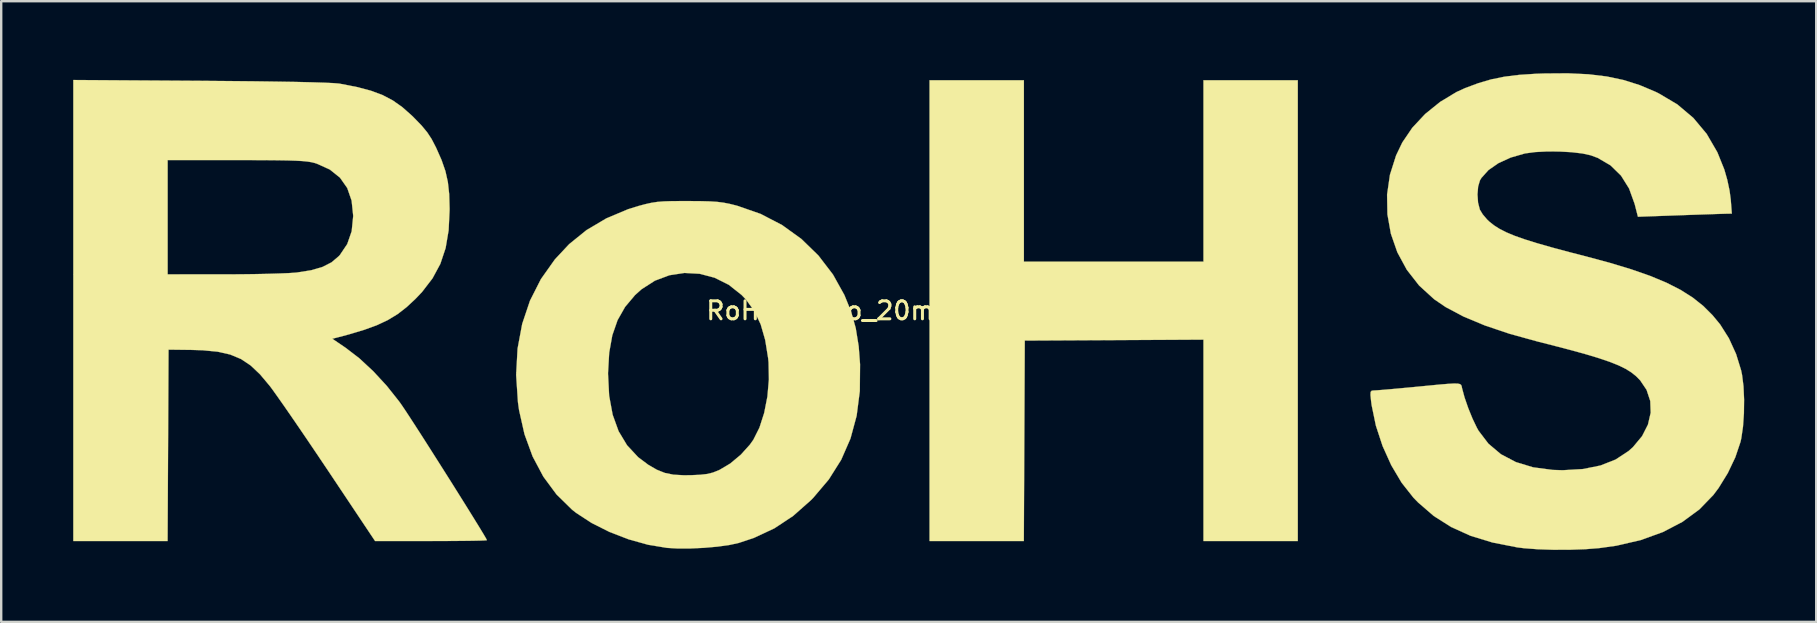
<source format=kicad_pcb>
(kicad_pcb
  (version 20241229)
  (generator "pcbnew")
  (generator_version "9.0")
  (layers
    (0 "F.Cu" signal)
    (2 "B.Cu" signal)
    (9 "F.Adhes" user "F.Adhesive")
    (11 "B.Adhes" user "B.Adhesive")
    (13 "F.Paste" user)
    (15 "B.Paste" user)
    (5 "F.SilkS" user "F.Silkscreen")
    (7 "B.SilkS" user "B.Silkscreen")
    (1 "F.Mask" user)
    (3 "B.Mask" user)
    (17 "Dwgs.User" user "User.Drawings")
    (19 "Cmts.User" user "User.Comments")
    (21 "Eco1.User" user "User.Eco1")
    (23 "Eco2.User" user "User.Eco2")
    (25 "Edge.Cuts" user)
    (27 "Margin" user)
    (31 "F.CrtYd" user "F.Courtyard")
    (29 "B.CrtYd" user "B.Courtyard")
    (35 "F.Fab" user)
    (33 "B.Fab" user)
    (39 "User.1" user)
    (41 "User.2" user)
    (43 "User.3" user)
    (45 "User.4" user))
  (footprint "RoHS-Logo_20mm_SilkScreen"
    (layer "F.Cu")
    (at 34.854 9.895)
    (property "Reference" "RoHS-Logo_20mm_SilkScreen" (at 0 0 0) (layer "F.SilkS") (effects (font (size 0.75 0.75) (thickness 0.125))))
    (attr exclude_from_pos_files exclude_from_bom allow_missing_courtyard)
    (fp_poly (pts (xy 4.763 -2.041) (xy 12.246 -2.041) (xy 12.246 -9.601) (xy 16.177 -9.601) (xy 16.177 9.601) (xy 12.246 9.601) (xy 12.246 1.208) (xy 8.523 1.228) (xy 4.8 1.247) (xy 4.761 9.601) (xy 0.832 9.601) (xy 0.832 -9.601) (xy 4.763 -9.601) (xy 4.763 -2.041)) (stroke (width 0.01) (type solid)) (fill yes) (layer "F.SilkS"))
    (fp_poly (pts (xy -9.223 -4.566) (xy -8.718 -4.563) (xy -8.329 -4.553) (xy -8.02 -4.533) (xy -7.757 -4.5) (xy -7.503 -4.451) (xy -7.223 -4.381) (xy -7.177 -4.368) (xy -6.21 -4.032) (xy -5.318 -3.57) (xy -4.511 -2.989) (xy -3.8 -2.298) (xy -3.193 -1.506) (xy -2.717 -0.651) (xy -2.44 0.029) (xy -2.244 0.727) (xy -2.121 1.485) (xy -2.064 2.238) (xy -2.074 3.351) (xy -2.206 4.379) (xy -2.463 5.33) (xy -2.849 6.213) (xy -3.366 7.034) (xy -4.017 7.802) (xy -4.117 7.903) (xy -4.854 8.555) (xy -5.636 9.072) (xy -6.488 9.47) (xy -7.119 9.68) (xy -7.513 9.766) (xy -8.012 9.835) (xy -8.571 9.884) (xy -9.143 9.911) (xy -9.683 9.911) (xy -10.108 9.886) (xy -10.897 9.756) (xy -11.711 9.529) (xy -12.508 9.221) (xy -13.25 8.849) (xy -13.895 8.428) (xy -14.067 8.292) (xy -14.713 7.659) (xy -15.262 6.917) (xy -15.709 6.076) (xy -16.048 5.148) (xy -16.274 4.145) (xy -16.32 3.818) (xy -16.396 2.673) (xy -16.394 2.646) (xy -12.566 2.646) (xy -12.52 3.547) (xy -12.374 4.337) (xy -12.126 5.024) (xy -11.772 5.612) (xy -11.311 6.107) (xy -10.886 6.426) (xy -10.532 6.63) (xy -10.199 6.763) (xy -9.839 6.836) (xy -9.406 6.86) (xy -9.109 6.857) (xy -8.72 6.839) (xy -8.432 6.806) (xy -8.195 6.747) (xy -7.958 6.653) (xy -7.921 6.636) (xy -7.473 6.37) (xy -7.034 6.004) (xy -6.655 5.584) (xy -6.51 5.379) (xy -6.256 4.873) (xy -6.059 4.261) (xy -5.925 3.58) (xy -5.863 2.868) (xy -5.877 2.159) (xy -5.894 1.984) (xy -6.018 1.218) (xy -6.205 0.571) (xy -6.466 0.022) (xy -6.809 -0.452) (xy -6.997 -0.65) (xy -7.533 -1.076) (xy -8.122 -1.371) (xy -8.745 -1.536) (xy -9.381 -1.571) (xy -10.01 -1.475) (xy -10.613 -1.249) (xy -11.17 -0.892) (xy -11.441 -0.649) (xy -11.855 -0.157) (xy -12.169 0.396) (xy -12.388 1.027) (xy -12.518 1.752) (xy -12.566 2.59) (xy -12.566 2.646) (xy -16.394 2.646) (xy -16.336 1.582) (xy -16.143 0.55) (xy -15.818 -0.417) (xy -15.363 -1.314) (xy -14.781 -2.136) (xy -14.185 -2.773) (xy -13.461 -3.358) (xy -12.634 -3.847) (xy -11.728 -4.228) (xy -11.295 -4.362) (xy -11.006 -4.439) (xy -10.758 -4.494) (xy -10.514 -4.531) (xy -10.24 -4.553) (xy -9.9 -4.564) (xy -9.461 -4.566) (xy -9.223 -4.566)) (stroke (width 0.01) (type solid)) (fill yes) (layer "F.SilkS"))
    (fp_poly (pts (xy -29.539 -9.577) (xy -28.351 -9.567) (xy -27.29 -9.557) (xy -26.36 -9.544) (xy -25.562 -9.531) (xy -24.901 -9.515) (xy -24.38 -9.499) (xy -24.003 -9.481) (xy -23.773 -9.462) (xy -23.737 -9.456) (xy -23.035 -9.319) (xy -22.455 -9.167) (xy -21.965 -8.985) (xy -21.537 -8.761) (xy -21.139 -8.48) (xy -20.743 -8.129) (xy -20.659 -8.047) (xy -20.34 -7.718) (xy -20.105 -7.435) (xy -19.918 -7.151) (xy -19.744 -6.816) (xy -19.734 -6.797) (xy -19.504 -6.278) (xy -19.343 -5.815) (xy -19.241 -5.358) (xy -19.186 -4.857) (xy -19.169 -4.262) (xy -19.169 -4.196) (xy -19.209 -3.349) (xy -19.334 -2.609) (xy -19.554 -1.95) (xy -19.879 -1.348) (xy -20.317 -0.778) (xy -20.593 -0.488) (xy -20.962 -0.145) (xy -21.332 0.142) (xy -21.729 0.384) (xy -22.179 0.597) (xy -22.711 0.793) (xy -23.349 0.985) (xy -23.802 1.106) (xy -24.056 1.172) (xy -23.5 1.549) (xy -22.934 1.983) (xy -22.35 2.525) (xy -21.784 3.138) (xy -21.269 3.787) (xy -21.193 3.893) (xy -21.063 4.084) (xy -20.874 4.37) (xy -20.637 4.735) (xy -20.36 5.164) (xy -20.055 5.641) (xy -19.731 6.151) (xy -19.398 6.676) (xy -19.066 7.201) (xy -18.746 7.712) (xy -18.446 8.191) (xy -18.178 8.623) (xy -17.95 8.992) (xy -17.774 9.282) (xy -17.658 9.478) (xy -17.614 9.564) (xy -17.614 9.565) (xy -17.686 9.574) (xy -17.892 9.582) (xy -18.212 9.589) (xy -18.629 9.594) (xy -19.124 9.598) (xy -19.679 9.6) (xy -19.944 9.601) (xy -22.274 9.601) (xy -24.205 6.709) (xy -24.622 6.088) (xy -25.031 5.482) (xy -25.422 4.907) (xy -25.783 4.381) (xy -26.103 3.919) (xy -26.37 3.54) (xy -26.572 3.258) (xy -26.665 3.134) (xy -27.066 2.657) (xy -27.455 2.288) (xy -27.862 2.016) (xy -28.313 1.828) (xy -28.838 1.71) (xy -29.462 1.65) (xy -29.931 1.636) (xy -30.881 1.625) (xy -30.9 5.613) (xy -30.92 9.601) (xy -34.849 9.601) (xy -34.849 -6.274) (xy -30.918 -6.274) (xy -30.918 -1.512) (xy -28.556 -1.513) (xy -27.936 -1.515) (xy -27.332 -1.522) (xy -26.77 -1.533) (xy -26.275 -1.548) (xy -25.874 -1.564) (xy -25.59 -1.583) (xy -25.533 -1.589) (xy -24.938 -1.683) (xy -24.465 -1.821) (xy -24.09 -2.012) (xy -23.789 -2.267) (xy -23.743 -2.316) (xy -23.434 -2.775) (xy -23.249 -3.308) (xy -23.187 -3.925) (xy -23.187 -3.969) (xy -23.252 -4.586) (xy -23.434 -5.11) (xy -23.736 -5.541) (xy -24.157 -5.878) (xy -24.698 -6.123) (xy -24.797 -6.155) (xy -24.926 -6.186) (xy -25.087 -6.212) (xy -25.295 -6.233) (xy -25.567 -6.248) (xy -25.918 -6.26) (xy -26.364 -6.267) (xy -26.921 -6.272) (xy -27.604 -6.274) (xy -28.06 -6.274) (xy -30.918 -6.274) (xy -34.849 -6.274) (xy -34.849 -9.611) (xy -29.539 -9.577)) (stroke (width 0.01) (type solid)) (fill yes) (layer "F.SilkS"))
    (fp_poly (pts (xy 28.289 -9.85) (xy 29.053 -9.758) (xy 29.753 -9.61) (xy 30.416 -9.401) (xy 31.069 -9.126) (xy 31.212 -9.057) (xy 31.991 -8.596) (xy 32.658 -8.033) (xy 33.214 -7.369) (xy 33.662 -6.599) (xy 33.951 -5.882) (xy 34.073 -5.455) (xy 34.169 -5.005) (xy 34.219 -4.631) (xy 34.264 -4.044) (xy 34.047 -4.04) (xy 33.91 -4.036) (xy 33.647 -4.028) (xy 33.282 -4.016) (xy 32.84 -4.001) (xy 32.347 -3.984) (xy 32.09 -3.975) (xy 30.351 -3.913) (xy 30.214 -4.448) (xy 29.982 -5.09) (xy 29.646 -5.627) (xy 29.21 -6.053) (xy 28.677 -6.365) (xy 28.386 -6.473) (xy 28.036 -6.55) (xy 27.583 -6.603) (xy 27.073 -6.631) (xy 26.552 -6.633) (xy 26.066 -6.608) (xy 25.663 -6.554) (xy 25.633 -6.548) (xy 25.046 -6.379) (xy 24.534 -6.144) (xy 24.121 -5.856) (xy 23.828 -5.529) (xy 23.768 -5.428) (xy 23.692 -5.173) (xy 23.665 -4.842) (xy 23.689 -4.499) (xy 23.763 -4.211) (xy 23.763 -4.211) (xy 23.883 -4.013) (xy 24.068 -3.796) (xy 24.158 -3.71) (xy 24.356 -3.553) (xy 24.587 -3.406) (xy 24.866 -3.264) (xy 25.208 -3.121) (xy 25.627 -2.973) (xy 26.139 -2.813) (xy 26.758 -2.636) (xy 27.499 -2.437) (xy 28.121 -2.276) (xy 29.168 -1.996) (xy 30.077 -1.721) (xy 30.865 -1.446) (xy 31.544 -1.163) (xy 32.129 -0.865) (xy 32.634 -0.545) (xy 33.073 -0.196) (xy 33.46 0.19) (xy 33.779 0.577) (xy 34.142 1.152) (xy 34.442 1.809) (xy 34.651 2.487) (xy 34.691 2.679) (xy 34.75 3.15) (xy 34.775 3.702) (xy 34.768 4.282) (xy 34.729 4.838) (xy 34.659 5.318) (xy 34.625 5.471) (xy 34.41 6.109) (xy 34.097 6.767) (xy 33.715 7.387) (xy 33.494 7.682) (xy 32.91 8.285) (xy 32.207 8.801) (xy 31.392 9.226) (xy 30.472 9.559) (xy 29.454 9.795) (xy 28.742 9.895) (xy 28.155 9.941) (xy 27.5 9.964) (xy 26.825 9.965) (xy 26.178 9.943) (xy 25.605 9.9) (xy 25.324 9.865) (xy 24.291 9.662) (xy 23.376 9.382) (xy 22.565 9.015) (xy 21.842 8.556) (xy 21.193 7.996) (xy 20.993 7.79) (xy 20.505 7.172) (xy 20.072 6.442) (xy 19.709 5.638) (xy 19.431 4.792) (xy 19.255 3.942) (xy 19.231 3.761) (xy 19.207 3.517) (xy 19.213 3.387) (xy 19.259 3.336) (xy 19.356 3.326) (xy 19.362 3.326) (xy 19.489 3.319) (xy 19.742 3.299) (xy 20.094 3.269) (xy 20.518 3.23) (xy 20.991 3.186) (xy 21.091 3.176) (xy 21.671 3.12) (xy 22.118 3.077) (xy 22.45 3.05) (xy 22.685 3.037) (xy 22.84 3.04) (xy 22.933 3.06) (xy 22.983 3.096) (xy 23.006 3.149) (xy 23.02 3.22) (xy 23.022 3.232) (xy 23.126 3.616) (xy 23.279 4.059) (xy 23.458 4.5) (xy 23.64 4.879) (xy 23.711 5.006) (xy 24.123 5.546) (xy 24.641 5.982) (xy 25.263 6.31) (xy 25.983 6.529) (xy 26.799 6.637) (xy 27.214 6.65) (xy 28.057 6.601) (xy 28.791 6.453) (xy 29.423 6.204) (xy 29.96 5.851) (xy 30.148 5.682) (xy 30.523 5.231) (xy 30.769 4.748) (xy 30.883 4.254) (xy 30.865 3.765) (xy 30.711 3.3) (xy 30.443 2.903) (xy 30.274 2.731) (xy 30.077 2.574) (xy 29.839 2.425) (xy 29.544 2.281) (xy 29.18 2.135) (xy 28.732 1.983) (xy 28.187 1.818) (xy 27.53 1.637) (xy 26.748 1.433) (xy 26.179 1.289) (xy 25.005 0.965) (xy 23.974 0.618) (xy 23.087 0.248) (xy 22.347 -0.144) (xy 21.861 -0.474) (xy 21.232 -1.048) (xy 20.719 -1.705) (xy 20.326 -2.43) (xy 20.056 -3.205) (xy 19.912 -4.013) (xy 19.898 -4.838) (xy 20.017 -5.662) (xy 20.273 -6.468) (xy 20.534 -7.011) (xy 20.95 -7.623) (xy 21.485 -8.195) (xy 22.109 -8.699) (xy 22.79 -9.11) (xy 23.149 -9.274) (xy 23.705 -9.481) (xy 24.24 -9.638) (xy 24.793 -9.75) (xy 25.402 -9.825) (xy 26.106 -9.871) (xy 26.459 -9.883) (xy 27.433 -9.89) (xy 28.289 -9.85)) (stroke (width 0.01) (type solid)) (fill yes) (layer "F.SilkS")))
  (gr_rect
    (start -3 -3)
    (end 72.635 22.865)
    (stroke (width 0.1) (type default))
    (fill no)
    (layer "Edge.Cuts")))
</source>
